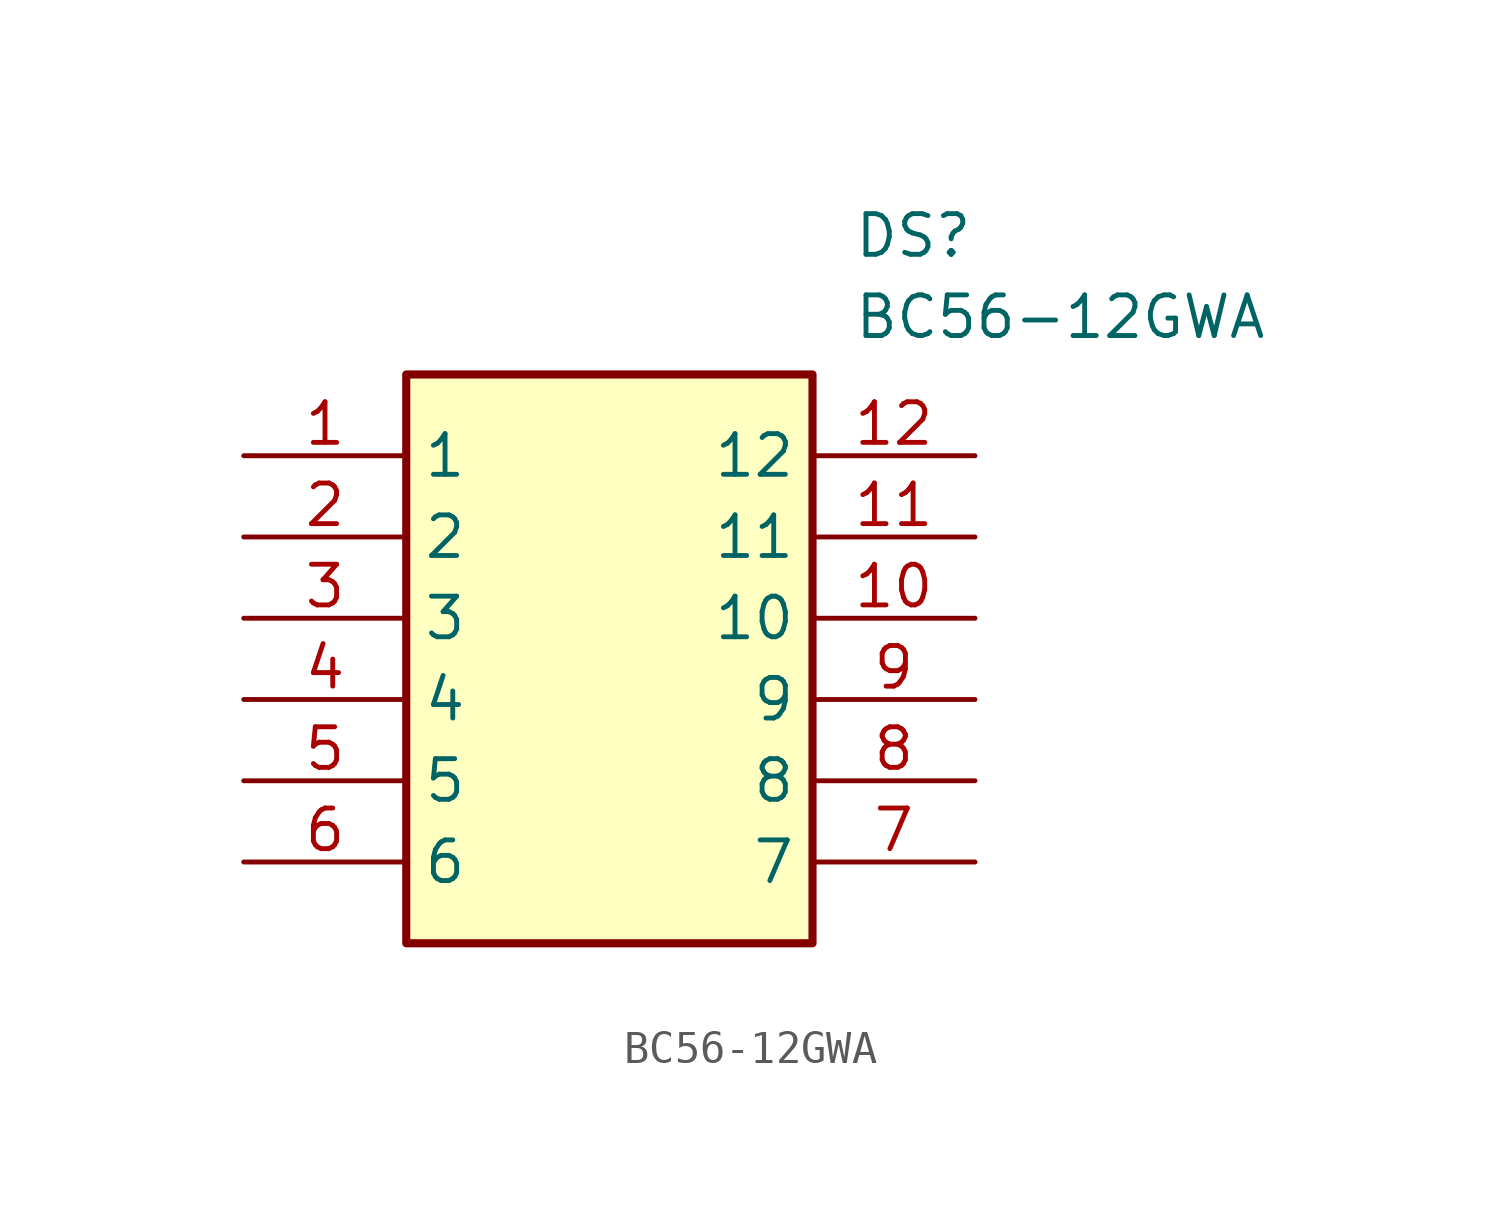
<source format=kicad_sym>
(kicad_symbol_lib
  (version 20211014)
  (generator SamacSys_ECAD_Model)
  (symbol "BC56-12GWA"
    (property "Reference" "DS"
      (at 19.05 7.62 0)
      (effects (font (size 1.27 1.27)) (justify left top)))
    (property "Value" "BC56-12GWA"
      (at 19.05 5.08 0)
      (effects (font (size 1.27 1.27)) (justify left top)))
    (rectangle
      (start 5.08 2.54)
      (end 17.78 -15.24)
      (stroke (width 0.254) (type default))
      (fill (type background)))
    (pin passive line
      (at 0 0 0)
      (length 5.08)
      (name "1" (effects (font (size 1.27 1.27))))
      (number "1" (effects (font (size 1.27 1.27)))))
    (pin passive line
      (at 0 -2.54 0)
      (length 5.08)
      (name "2" (effects (font (size 1.27 1.27))))
      (number "2" (effects (font (size 1.27 1.27)))))
    (pin passive line
      (at 0 -5.08 0)
      (length 5.08)
      (name "3" (effects (font (size 1.27 1.27))))
      (number "3" (effects (font (size 1.27 1.27)))))
    (pin passive line
      (at 0 -7.62 0)
      (length 5.08)
      (name "4" (effects (font (size 1.27 1.27))))
      (number "4" (effects (font (size 1.27 1.27)))))
    (pin passive line
      (at 0 -10.16 0)
      (length 5.08)
      (name "5" (effects (font (size 1.27 1.27))))
      (number "5" (effects (font (size 1.27 1.27)))))
    (pin passive line
      (at 0 -12.7 0)
      (length 5.08)
      (name "6" (effects (font (size 1.27 1.27))))
      (number "6" (effects (font (size 1.27 1.27)))))
    (pin passive line
      (at 22.86 0 180)
      (length 5.08)
      (name "12" (effects (font (size 1.27 1.27))))
      (number "12" (effects (font (size 1.27 1.27)))))
    (pin passive line
      (at 22.86 -2.54 180)
      (length 5.08)
      (name "11" (effects (font (size 1.27 1.27))))
      (number "11" (effects (font (size 1.27 1.27)))))
    (pin passive line
      (at 22.86 -5.08 180)
      (length 5.08)
      (name "10" (effects (font (size 1.27 1.27))))
      (number "10" (effects (font (size 1.27 1.27)))))
    (pin passive line
      (at 22.86 -7.62 180)
      (length 5.08)
      (name "9" (effects (font (size 1.27 1.27))))
      (number "9" (effects (font (size 1.27 1.27)))))
    (pin passive line
      (at 22.86 -10.16 180)
      (length 5.08)
      (name "8" (effects (font (size 1.27 1.27))))
      (number "8" (effects (font (size 1.27 1.27)))))
    (pin passive line
      (at 22.86 -12.7 180)
      (length 5.08)
      (name "7" (effects (font (size 1.27 1.27))))
      (number "7" (effects (font (size 1.27 1.27)))))))
</source>
